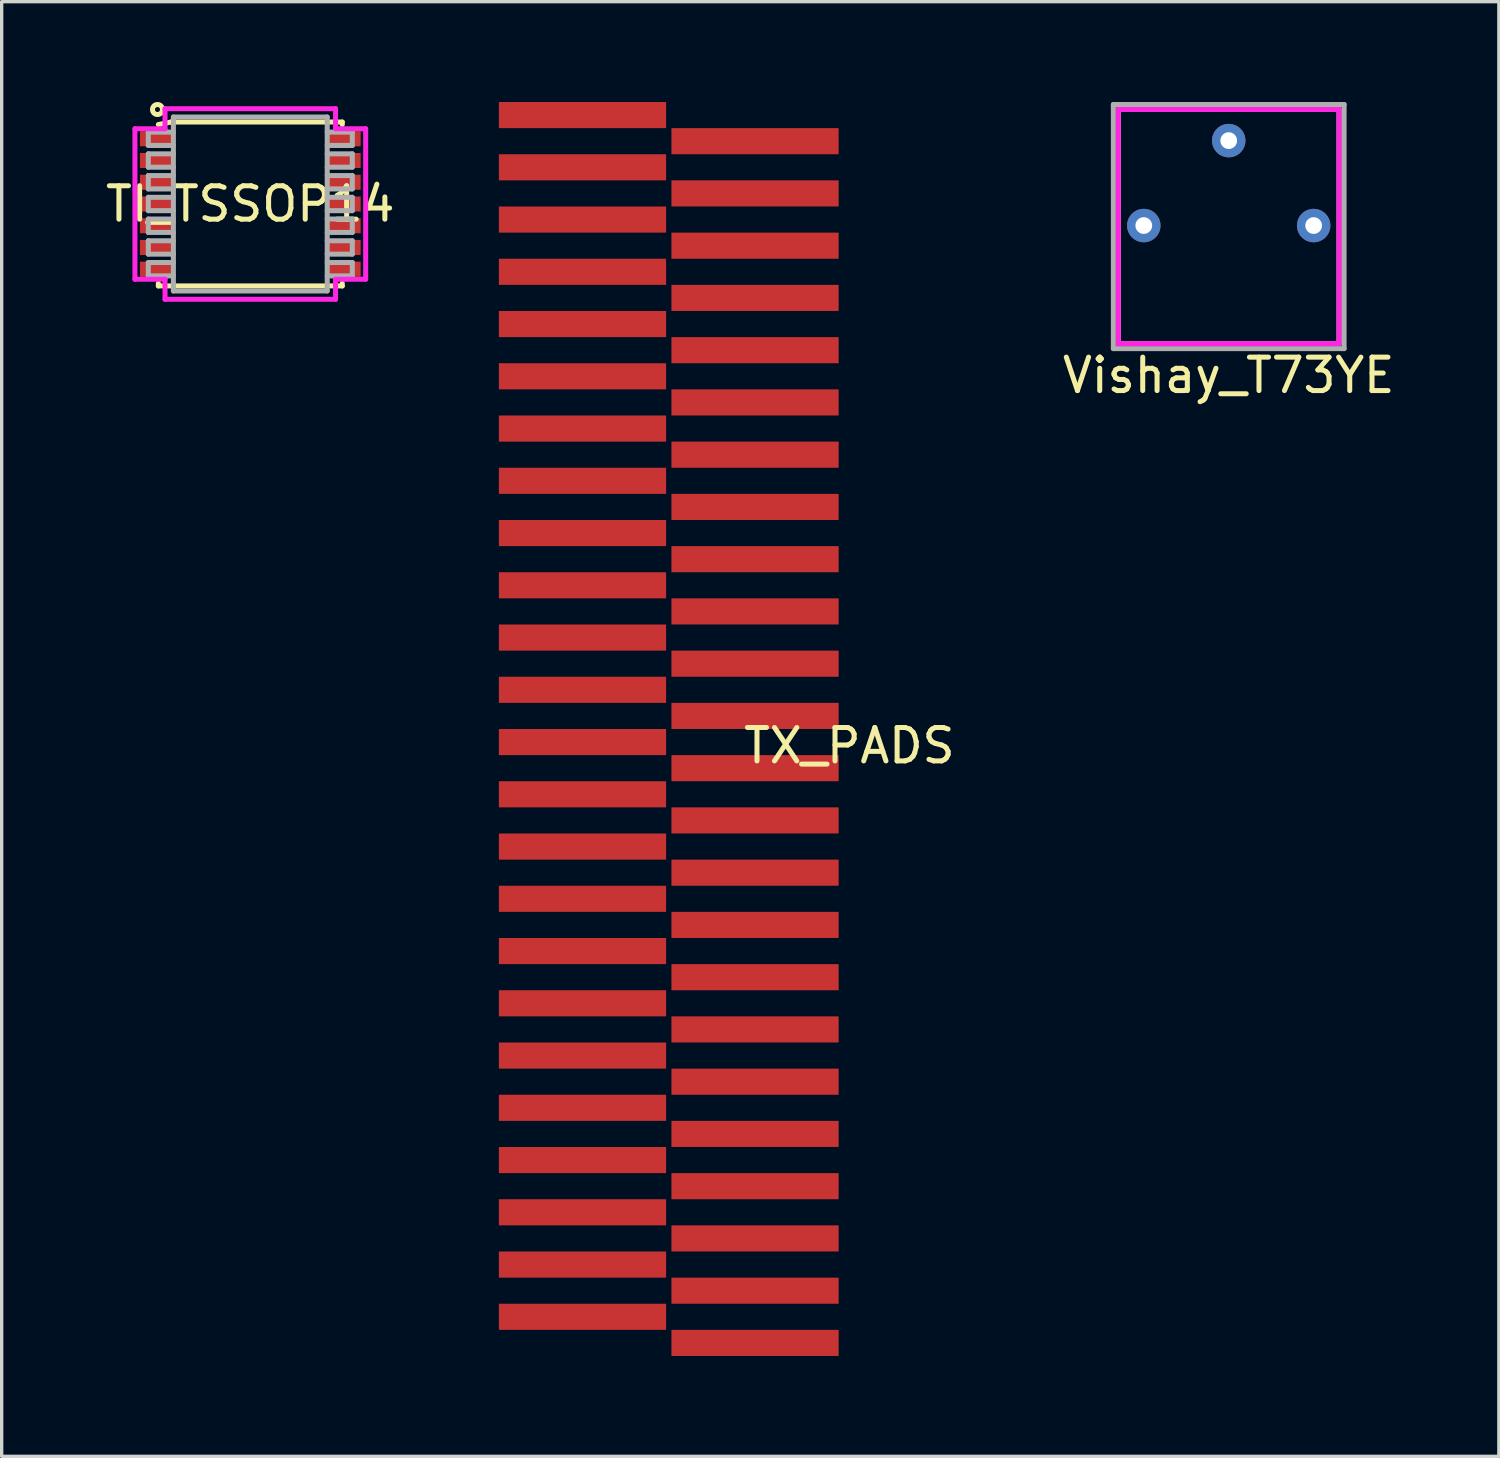
<source format=kicad_pcb>
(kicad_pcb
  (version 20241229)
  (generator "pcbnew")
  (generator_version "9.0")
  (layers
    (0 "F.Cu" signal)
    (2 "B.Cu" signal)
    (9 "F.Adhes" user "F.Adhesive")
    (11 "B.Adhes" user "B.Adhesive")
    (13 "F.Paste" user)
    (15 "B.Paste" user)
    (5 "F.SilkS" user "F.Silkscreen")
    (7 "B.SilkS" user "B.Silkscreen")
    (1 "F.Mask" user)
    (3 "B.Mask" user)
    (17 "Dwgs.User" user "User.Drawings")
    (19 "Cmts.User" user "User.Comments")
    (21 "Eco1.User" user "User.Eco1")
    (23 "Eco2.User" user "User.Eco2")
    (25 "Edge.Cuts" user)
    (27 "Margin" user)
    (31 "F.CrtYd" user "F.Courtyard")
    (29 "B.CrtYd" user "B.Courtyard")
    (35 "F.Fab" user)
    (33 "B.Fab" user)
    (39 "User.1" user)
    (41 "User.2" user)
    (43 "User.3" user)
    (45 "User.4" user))
  (footprint "TI_TSSOP14"
    (layer "F.Cu")
    (at 4.435 3.05)
    (property "Reference" "TI_TSSOP14" (at 0 0 0) (layer "F.SilkS") (effects (font (size 1 1) (thickness 0.15))))
    (attr through_hole)
    (fp_line (start -2.75 -2.375) (end -2.375 -2.45) (stroke (width 0.15) (type solid)) (layer "F.SilkS"))
    (fp_line (start -2.75 2.45) (end -2.75 2.375) (stroke (width 0.15) (type solid)) (layer "F.SilkS"))
    (fp_line (start -2.375 -2.45) (end 2.75 -2.45) (stroke (width 0.15) (type solid)) (layer "F.SilkS"))
    (fp_line (start 2.75 -2.45) (end 2.75 -2.375) (stroke (width 0.15) (type solid)) (layer "F.SilkS"))
    (fp_line (start 2.75 2.375) (end 2.75 2.45) (stroke (width 0.15) (type solid)) (layer "F.SilkS"))
    (fp_line (start 2.75 2.45) (end -2.75 2.45) (stroke (width 0.15) (type solid)) (layer "F.SilkS"))
    (fp_circle (center -2.775 -2.825) (end -2.775 -2.675) (stroke (width 0.15) (type solid)) (fill no) (layer "F.SilkS"))
    (fp_line (start -3.45 -2.25) (end -2.55 -2.25) (stroke (width 0.15) (type solid)) (layer "F.CrtYd"))
    (fp_line (start -3.45 2.25) (end -3.45 -2.25) (stroke (width 0.15) (type solid)) (layer "F.CrtYd"))
    (fp_line (start -2.55 -2.85) (end 2.55 -2.85) (stroke (width 0.15) (type solid)) (layer "F.CrtYd"))
    (fp_line (start -2.55 -2.25) (end -2.55 -2.85) (stroke (width 0.15) (type solid)) (layer "F.CrtYd"))
    (fp_line (start -2.55 2.25) (end -3.45 2.25) (stroke (width 0.15) (type solid)) (layer "F.CrtYd"))
    (fp_line (start -2.55 2.85) (end -2.55 2.25) (stroke (width 0.15) (type solid)) (layer "F.CrtYd"))
    (fp_line (start 2.55 -2.85) (end 2.55 -2.25) (stroke (width 0.15) (type solid)) (layer "F.CrtYd"))
    (fp_line (start 2.55 -2.25) (end 3.45 -2.25) (stroke (width 0.15) (type solid)) (layer "F.CrtYd"))
    (fp_line (start 2.55 2.25) (end 2.55 2.85) (stroke (width 0.15) (type solid)) (layer "F.CrtYd"))
    (fp_line (start 2.55 2.85) (end -2.55 2.85) (stroke (width 0.15) (type solid)) (layer "F.CrtYd"))
    (fp_line (start 3.45 -2.25) (end 3.45 2.25) (stroke (width 0.15) (type solid)) (layer "F.CrtYd"))
    (fp_line (start 3.45 2.25) (end 2.55 2.25) (stroke (width 0.15) (type solid)) (layer "F.CrtYd"))
    (fp_line (start -3.05 -2.15) (end -3.05 -1.75) (stroke (width 0.15) (type solid)) (layer "F.Fab"))
    (fp_line (start -3.05 -1.75) (end -2.3 -1.75) (stroke (width 0.15) (type solid)) (layer "F.Fab"))
    (fp_line (start -3.05 -1.5) (end -3.05 -1.1) (stroke (width 0.15) (type solid)) (layer "F.Fab"))
    (fp_line (start -3.05 -1.1) (end -2.3 -1.1) (stroke (width 0.15) (type solid)) (layer "F.Fab"))
    (fp_line (start -3.05 -0.85) (end -3.05 -0.45) (stroke (width 0.15) (type solid)) (layer "F.Fab"))
    (fp_line (start -3.05 -0.45) (end -2.3 -0.45) (stroke (width 0.15) (type solid)) (layer "F.Fab"))
    (fp_line (start -3.05 -0.2) (end -3.05 0.2) (stroke (width 0.15) (type solid)) (layer "F.Fab"))
    (fp_line (start -3.05 0.2) (end -2.3 0.2) (stroke (width 0.15) (type solid)) (layer "F.Fab"))
    (fp_line (start -3.05 0.45) (end -3.05 0.85) (stroke (width 0.15) (type solid)) (layer "F.Fab"))
    (fp_line (start -3.05 0.85) (end -2.3 0.85) (stroke (width 0.15) (type solid)) (layer "F.Fab"))
    (fp_line (start -3.05 1.1) (end -3.05 1.5) (stroke (width 0.15) (type solid)) (layer "F.Fab"))
    (fp_line (start -3.05 1.5) (end -2.3 1.5) (stroke (width 0.15) (type solid)) (layer "F.Fab"))
    (fp_line (start -3.05 1.75) (end -3.05 2.15) (stroke (width 0.15) (type solid)) (layer "F.Fab"))
    (fp_line (start -3.05 2.15) (end -2.3 2.15) (stroke (width 0.15) (type solid)) (layer "F.Fab"))
    (fp_line (start -2.3 -2.6) (end 2.3 -2.6) (stroke (width 0.15) (type solid)) (layer "F.Fab"))
    (fp_line (start -2.3 -2.15) (end -3.05 -2.15) (stroke (width 0.15) (type solid)) (layer "F.Fab"))
    (fp_line (start -2.3 -1.5) (end -3.05 -1.5) (stroke (width 0.15) (type solid)) (layer "F.Fab"))
    (fp_line (start -2.3 -0.85) (end -3.05 -0.85) (stroke (width 0.15) (type solid)) (layer "F.Fab"))
    (fp_line (start -2.3 -0.2) (end -3.05 -0.2) (stroke (width 0.15) (type solid)) (layer "F.Fab"))
    (fp_line (start -2.3 0.45) (end -3.05 0.45) (stroke (width 0.15) (type solid)) (layer "F.Fab"))
    (fp_line (start -2.3 1.1) (end -3.05 1.1) (stroke (width 0.15) (type solid)) (layer "F.Fab"))
    (fp_line (start -2.3 1.75) (end -3.05 1.75) (stroke (width 0.15) (type solid)) (layer "F.Fab"))
    (fp_line (start -2.3 2.6) (end -2.3 -2.6) (stroke (width 0.15) (type solid)) (layer "F.Fab"))
    (fp_line (start 2.3 -2.6) (end 2.3 2.6) (stroke (width 0.15) (type solid)) (layer "F.Fab"))
    (fp_line (start 2.3 -1.75) (end 3.05 -1.75) (stroke (width 0.15) (type solid)) (layer "F.Fab"))
    (fp_line (start 2.3 -1.1) (end 3.05 -1.1) (stroke (width 0.15) (type solid)) (layer "F.Fab"))
    (fp_line (start 2.3 -0.45) (end 3.05 -0.45) (stroke (width 0.15) (type solid)) (layer "F.Fab"))
    (fp_line (start 2.3 0.2) (end 3.05 0.2) (stroke (width 0.15) (type solid)) (layer "F.Fab"))
    (fp_line (start 2.3 0.85) (end 3.05 0.85) (stroke (width 0.15) (type solid)) (layer "F.Fab"))
    (fp_line (start 2.3 1.5) (end 3.05 1.5) (stroke (width 0.15) (type solid)) (layer "F.Fab"))
    (fp_line (start 2.3 2.15) (end 3.05 2.15) (stroke (width 0.15) (type solid)) (layer "F.Fab"))
    (fp_line (start 2.3 2.6) (end -2.3 2.6) (stroke (width 0.15) (type solid)) (layer "F.Fab"))
    (fp_line (start 3.05 -2.15) (end 2.3 -2.15) (stroke (width 0.15) (type solid)) (layer "F.Fab"))
    (fp_line (start 3.05 -1.75) (end 3.05 -2.15) (stroke (width 0.15) (type solid)) (layer "F.Fab"))
    (fp_line (start 3.05 -1.5) (end 2.3 -1.5) (stroke (width 0.15) (type solid)) (layer "F.Fab"))
    (fp_line (start 3.05 -1.1) (end 3.05 -1.5) (stroke (width 0.15) (type solid)) (layer "F.Fab"))
    (fp_line (start 3.05 -0.85) (end 2.3 -0.85) (stroke (width 0.15) (type solid)) (layer "F.Fab"))
    (fp_line (start 3.05 -0.45) (end 3.05 -0.85) (stroke (width 0.15) (type solid)) (layer "F.Fab"))
    (fp_line (start 3.05 -0.2) (end 2.3 -0.2) (stroke (width 0.15) (type solid)) (layer "F.Fab"))
    (fp_line (start 3.05 0.2) (end 3.05 -0.2) (stroke (width 0.15) (type solid)) (layer "F.Fab"))
    (fp_line (start 3.05 0.45) (end 2.3 0.45) (stroke (width 0.15) (type solid)) (layer "F.Fab"))
    (fp_line (start 3.05 0.85) (end 3.05 0.45) (stroke (width 0.15) (type solid)) (layer "F.Fab"))
    (fp_line (start 3.05 1.1) (end 2.3 1.1) (stroke (width 0.15) (type solid)) (layer "F.Fab"))
    (fp_line (start 3.05 1.5) (end 3.05 1.1) (stroke (width 0.15) (type solid)) (layer "F.Fab"))
    (fp_line (start 3.05 1.75) (end 2.3 1.75) (stroke (width 0.15) (type solid)) (layer "F.Fab"))
    (fp_line (start 3.05 2.15) (end 3.05 1.75) (stroke (width 0.15) (type solid)) (layer "F.Fab"))
    (pad "1" smd rect (at -2.775 -1.95) (size 1.05 0.45) (layers "F.Cu" "F.Mask" "F.Paste"))
    (pad "2" smd rect (at -2.775 -1.3) (size 1.05 0.45) (layers "F.Cu" "F.Mask" "F.Paste"))
    (pad "3" smd rect (at -2.775 -0.65) (size 1.05 0.45) (layers "F.Cu" "F.Mask" "F.Paste"))
    (pad "4" smd rect (at -2.775 0) (size 1.05 0.45) (layers "F.Cu" "F.Mask" "F.Paste"))
    (pad "5" smd rect (at -2.775 0.65) (size 1.05 0.45) (layers "F.Cu" "F.Mask" "F.Paste"))
    (pad "6" smd rect (at -2.775 1.3) (size 1.05 0.45) (layers "F.Cu" "F.Mask" "F.Paste"))
    (pad "7" smd rect (at -2.775 1.95) (size 1.05 0.45) (layers "F.Cu" "F.Mask" "F.Paste"))
    (pad "8" smd rect (at 2.775 1.95) (size 1.05 0.45) (layers "F.Cu" "F.Mask" "F.Paste"))
    (pad "9" smd rect (at 2.775 1.3) (size 1.05 0.45) (layers "F.Cu" "F.Mask" "F.Paste"))
    (pad "10" smd rect (at 2.775 0.65) (size 1.05 0.45) (layers "F.Cu" "F.Mask" "F.Paste"))
    (pad "11" smd rect (at 2.775 0) (size 1.05 0.45) (layers "F.Cu" "F.Mask" "F.Paste"))
    (pad "12" smd rect (at 2.775 -0.65) (size 1.05 0.45) (layers "F.Cu" "F.Mask" "F.Paste"))
    (pad "13" smd rect (at 2.775 -1.3) (size 1.05 0.45) (layers "F.Cu" "F.Mask" "F.Paste"))
    (pad "14" smd rect (at 2.775 -1.95) (size 1.05 0.45) (layers "F.Cu" "F.Mask" "F.Paste")))
  (footprint "TX_PADS"
    (layer "F.Cu")
    (at 22.349 18.75)
    (property "Reference" "TX_PADS" (at 0 0.5 0) (layer "F.SilkS") (effects (font (size 1 1) (thickness 0.15))))
    (attr through_hole)
    (pad "1" smd rect (at -7.98 -18.359) (size 5 0.781) (layers "F.Cu" "F.Mask" "F.Paste"))
    (pad "1" smd rect (at -7.98 -12.109) (size 5 0.781) (layers "F.Cu" "F.Mask" "F.Paste"))
    (pad "1" smd rect (at -7.98 -5.859) (size 5 0.781) (layers "F.Cu" "F.Mask" "F.Paste"))
    (pad "1" smd rect (at -7.98 0.391) (size 5 0.781) (layers "F.Cu" "F.Mask" "F.Paste"))
    (pad "1" smd rect (at -7.98 6.641) (size 5 0.781) (layers "F.Cu" "F.Mask" "F.Paste"))
    (pad "1" smd rect (at -7.98 12.891) (size 5 0.781) (layers "F.Cu" "F.Mask" "F.Paste"))
    (pad "2" smd rect (at -2.82 -17.578) (size 5 0.781) (layers "F.Cu" "F.Mask" "F.Paste"))
    (pad "2" smd rect (at -2.82 -11.328) (size 5 0.781) (layers "F.Cu" "F.Mask" "F.Paste"))
    (pad "2" smd rect (at -2.82 -5.078) (size 5 0.781) (layers "F.Cu" "F.Mask" "F.Paste"))
    (pad "2" smd rect (at -2.82 1.172) (size 5 0.781) (layers "F.Cu" "F.Mask" "F.Paste"))
    (pad "2" smd rect (at -2.82 7.422) (size 5 0.781) (layers "F.Cu" "F.Mask" "F.Paste"))
    (pad "2" smd rect (at -2.82 13.672) (size 5 0.781) (layers "F.Cu" "F.Mask" "F.Paste"))
    (pad "3" smd rect (at -7.98 -16.797) (size 5 0.781) (layers "F.Cu" "F.Mask" "F.Paste"))
    (pad "3" smd rect (at -7.98 -10.547) (size 5 0.781) (layers "F.Cu" "F.Mask" "F.Paste"))
    (pad "3" smd rect (at -7.98 -4.297) (size 5 0.781) (layers "F.Cu" "F.Mask" "F.Paste"))
    (pad "3" smd rect (at -7.98 1.953) (size 5 0.781) (layers "F.Cu" "F.Mask" "F.Paste"))
    (pad "3" smd rect (at -7.98 8.203) (size 5 0.781) (layers "F.Cu" "F.Mask" "F.Paste"))
    (pad "3" smd rect (at -7.98 14.453) (size 5 0.781) (layers "F.Cu" "F.Mask" "F.Paste"))
    (pad "4" smd rect (at -2.82 -16.016) (size 5 0.781) (layers "F.Cu" "F.Mask" "F.Paste"))
    (pad "4" smd rect (at -2.82 -9.766) (size 5 0.781) (layers "F.Cu" "F.Mask" "F.Paste"))
    (pad "4" smd rect (at -2.82 -3.516) (size 5 0.781) (layers "F.Cu" "F.Mask" "F.Paste"))
    (pad "4" smd rect (at -2.82 2.734) (size 5 0.781) (layers "F.Cu" "F.Mask" "F.Paste"))
    (pad "4" smd rect (at -2.82 8.984) (size 5 0.781) (layers "F.Cu" "F.Mask" "F.Paste"))
    (pad "4" smd rect (at -2.82 15.234) (size 5 0.781) (layers "F.Cu" "F.Mask" "F.Paste"))
    (pad "5" smd rect (at -7.98 -15.234) (size 5 0.781) (layers "F.Cu" "F.Mask" "F.Paste"))
    (pad "5" smd rect (at -7.98 -8.984) (size 5 0.781) (layers "F.Cu" "F.Mask" "F.Paste"))
    (pad "5" smd rect (at -7.98 -2.734) (size 5 0.781) (layers "F.Cu" "F.Mask" "F.Paste"))
    (pad "5" smd rect (at -7.98 3.516) (size 5 0.781) (layers "F.Cu" "F.Mask" "F.Paste"))
    (pad "5" smd rect (at -7.98 9.766) (size 5 0.781) (layers "F.Cu" "F.Mask" "F.Paste"))
    (pad "5" smd rect (at -7.98 16.016) (size 5 0.781) (layers "F.Cu" "F.Mask" "F.Paste"))
    (pad "6" smd rect (at -2.82 -14.453) (size 5 0.781) (layers "F.Cu" "F.Mask" "F.Paste"))
    (pad "6" smd rect (at -2.82 -8.203) (size 5 0.781) (layers "F.Cu" "F.Mask" "F.Paste"))
    (pad "6" smd rect (at -2.82 -1.953) (size 5 0.781) (layers "F.Cu" "F.Mask" "F.Paste"))
    (pad "6" smd rect (at -2.82 4.297) (size 5 0.781) (layers "F.Cu" "F.Mask" "F.Paste"))
    (pad "6" smd rect (at -2.82 10.547) (size 5 0.781) (layers "F.Cu" "F.Mask" "F.Paste"))
    (pad "6" smd rect (at -2.82 16.797) (size 5 0.781) (layers "F.Cu" "F.Mask" "F.Paste"))
    (pad "7" smd rect (at -7.98 -13.672) (size 5 0.781) (layers "F.Cu" "F.Mask" "F.Paste"))
    (pad "7" smd rect (at -7.98 -7.422) (size 5 0.781) (layers "F.Cu" "F.Mask" "F.Paste"))
    (pad "7" smd rect (at -7.98 -1.172) (size 5 0.781) (layers "F.Cu" "F.Mask" "F.Paste"))
    (pad "7" smd rect (at -7.98 5.078) (size 5 0.781) (layers "F.Cu" "F.Mask" "F.Paste"))
    (pad "7" smd rect (at -7.98 11.328) (size 5 0.781) (layers "F.Cu" "F.Mask" "F.Paste"))
    (pad "7" smd rect (at -7.98 17.578) (size 5 0.781) (layers "F.Cu" "F.Mask" "F.Paste"))
    (pad "8" smd rect (at -2.82 -12.891) (size 5 0.781) (layers "F.Cu" "F.Mask" "F.Paste"))
    (pad "8" smd rect (at -2.82 -6.641) (size 5 0.781) (layers "F.Cu" "F.Mask" "F.Paste"))
    (pad "8" smd rect (at -2.82 -0.391) (size 5 0.781) (layers "F.Cu" "F.Mask" "F.Paste"))
    (pad "8" smd rect (at -2.82 5.859) (size 5 0.781) (layers "F.Cu" "F.Mask" "F.Paste"))
    (pad "8" smd rect (at -2.82 12.109) (size 5 0.781) (layers "F.Cu" "F.Mask" "F.Paste"))
    (pad "8" smd rect (at -2.82 18.359) (size 5 0.781) (layers "F.Cu" "F.Mask" "F.Paste")))
  (footprint "Vishay_T73YE"
    (layer "F.Cu")
    (at 33.694 7.225)
    (property "Reference" "Vishay_T73YE" (at 0 0.95 0) (layer "F.SilkS") (effects (font (size 1 1) (thickness 0.15))))
    (attr through_hole)
    (fp_line (start -3.3 -7) (end -3.3 0) (stroke (width 0.15) (type solid)) (layer "F.SilkS"))
    (fp_line (start -3.3 0) (end 3.3 0) (stroke (width 0.15) (type solid)) (layer "F.SilkS"))
    (fp_line (start 3.3 -7) (end -3.3 -7) (stroke (width 0.15) (type solid)) (layer "F.SilkS"))
    (fp_line (start 3.3 0) (end 3.3 -7) (stroke (width 0.15) (type solid)) (layer "F.SilkS"))
    (fp_line (start -3.3 -7) (end 3.3 -7) (stroke (width 0.15) (type solid)) (layer "F.CrtYd"))
    (fp_line (start -3.3 0) (end -3.3 -7) (stroke (width 0.15) (type solid)) (layer "F.CrtYd"))
    (fp_line (start 3.3 -7) (end 3.3 0) (stroke (width 0.15) (type solid)) (layer "F.CrtYd"))
    (fp_line (start 3.3 0) (end -3.3 0) (stroke (width 0.15) (type solid)) (layer "F.CrtYd"))
    (fp_line (start -3.45 -7.15) (end 3.45 -7.15) (stroke (width 0.15) (type solid)) (layer "F.Fab"))
    (fp_line (start -3.45 0.15) (end -3.45 -7.15) (stroke (width 0.15) (type solid)) (layer "F.Fab"))
    (fp_line (start 3.45 -7.15) (end 3.45 0.15) (stroke (width 0.15) (type solid)) (layer "F.Fab"))
    (fp_line (start 3.45 0.15) (end -3.45 0.15) (stroke (width 0.15) (type solid)) (layer "F.Fab"))
    (pad "1" thru_hole circle (at 2.54 -3.53) (size 1 1) (drill 0.5) (layers "*.Cu" "*.Mask"))
    (pad "2" thru_hole circle (at 0 -6.07) (size 1 1) (drill 0.5) (layers "*.Cu" "*.Mask"))
    (pad "3" thru_hole circle (at -2.54 -3.53) (size 1 1) (drill 0.5) (layers "*.Cu" "*.Mask")))
  (gr_rect
    (start -3 -3)
    (end 41.772 40.5)
    (stroke (width 0.1) (type default))
    (fill no)
    (layer "Edge.Cuts")))
</source>
